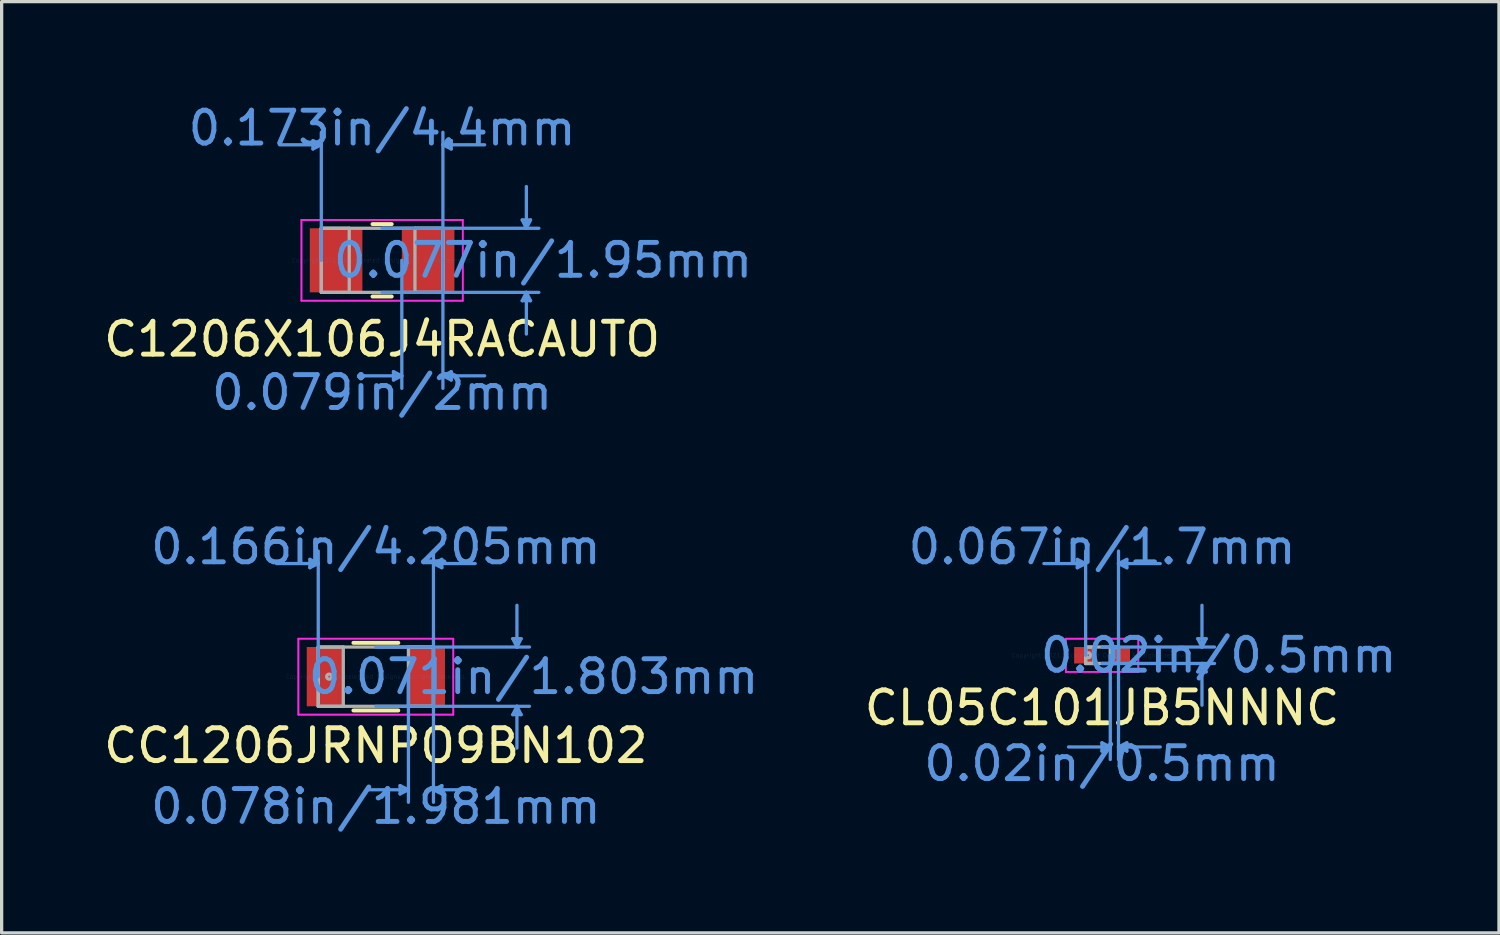
<source format=kicad_pcb>
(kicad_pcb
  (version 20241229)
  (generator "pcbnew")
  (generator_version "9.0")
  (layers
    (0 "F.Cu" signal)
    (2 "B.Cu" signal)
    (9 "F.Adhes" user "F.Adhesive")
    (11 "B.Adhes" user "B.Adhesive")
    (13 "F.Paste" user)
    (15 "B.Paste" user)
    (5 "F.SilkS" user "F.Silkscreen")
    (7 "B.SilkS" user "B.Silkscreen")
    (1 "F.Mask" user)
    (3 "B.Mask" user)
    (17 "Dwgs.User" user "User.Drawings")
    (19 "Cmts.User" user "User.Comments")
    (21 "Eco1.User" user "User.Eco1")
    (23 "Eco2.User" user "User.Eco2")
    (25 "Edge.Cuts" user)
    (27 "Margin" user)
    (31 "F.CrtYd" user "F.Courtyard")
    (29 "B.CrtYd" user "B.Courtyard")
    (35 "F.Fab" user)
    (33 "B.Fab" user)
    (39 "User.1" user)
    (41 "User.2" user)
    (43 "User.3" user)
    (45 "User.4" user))
  (footprint "CL05C101JB5NNNC"
    (layer "F.Cu")
    (at 30.485 16.889)
    (property "Reference" "CL05C101JB5NNNC" (at 0 1.6 0) (layer "F.SilkS") (effects (font (size 1 1) (thickness 0.15))))
    (attr through_hole)
    (fp_line (start -0.754 -2.917) (end -0.754 -2.663) (stroke (width 0.1) (type solid)) (layer "Cmts.User"))
    (fp_line (start -0.5 -2.79) (end -1.77 -2.79) (stroke (width 0.1) (type solid)) (layer "Cmts.User"))
    (fp_line (start -0.5 -2.79) (end -0.754 -2.917) (stroke (width 0.1) (type solid)) (layer "Cmts.User"))
    (fp_line (start -0.5 -2.79) (end -0.754 -2.663) (stroke (width 0.1) (type solid)) (layer "Cmts.User"))
    (fp_line (start -0.5 0) (end -0.5 -3.171) (stroke (width 0.1) (type solid)) (layer "Cmts.User"))
    (fp_line (start -0.004 2.663) (end -0.004 2.917) (stroke (width 0.1) (type solid)) (layer "Cmts.User"))
    (fp_line (start 0 -0.25) (end 3.421 -0.25) (stroke (width 0.1) (type solid)) (layer "Cmts.User"))
    (fp_line (start 0 0.25) (end 3.421 0.25) (stroke (width 0.1) (type solid)) (layer "Cmts.User"))
    (fp_line (start 0.25 0) (end 0.25 3.171) (stroke (width 0.1) (type solid)) (layer "Cmts.User"))
    (fp_line (start 0.25 2.79) (end -1.02 2.79) (stroke (width 0.1) (type solid)) (layer "Cmts.User"))
    (fp_line (start 0.25 2.79) (end -0.004 2.663) (stroke (width 0.1) (type solid)) (layer "Cmts.User"))
    (fp_line (start 0.25 2.79) (end -0.004 2.917) (stroke (width 0.1) (type solid)) (layer "Cmts.User"))
    (fp_line (start 0.5 -2.79) (end 0.754 -2.917) (stroke (width 0.1) (type solid)) (layer "Cmts.User"))
    (fp_line (start 0.5 -2.79) (end 0.754 -2.663) (stroke (width 0.1) (type solid)) (layer "Cmts.User"))
    (fp_line (start 0.5 -2.79) (end 1.77 -2.79) (stroke (width 0.1) (type solid)) (layer "Cmts.User"))
    (fp_line (start 0.5 0) (end 0.5 -3.171) (stroke (width 0.1) (type solid)) (layer "Cmts.User"))
    (fp_line (start 0.5 0) (end 0.5 3.171) (stroke (width 0.1) (type solid)) (layer "Cmts.User"))
    (fp_line (start 0.5 2.79) (end 0.754 2.663) (stroke (width 0.1) (type solid)) (layer "Cmts.User"))
    (fp_line (start 0.5 2.79) (end 0.754 2.917) (stroke (width 0.1) (type solid)) (layer "Cmts.User"))
    (fp_line (start 0.5 2.79) (end 1.77 2.79) (stroke (width 0.1) (type solid)) (layer "Cmts.User"))
    (fp_line (start 0.754 -2.917) (end 0.754 -2.663) (stroke (width 0.1) (type solid)) (layer "Cmts.User"))
    (fp_line (start 0.754 2.663) (end 0.754 2.917) (stroke (width 0.1) (type solid)) (layer "Cmts.User"))
    (fp_line (start 2.913 -0.504) (end 3.167 -0.504) (stroke (width 0.1) (type solid)) (layer "Cmts.User"))
    (fp_line (start 2.913 0.504) (end 3.167 0.504) (stroke (width 0.1) (type solid)) (layer "Cmts.User"))
    (fp_line (start 3.04 -0.25) (end 2.913 -0.504) (stroke (width 0.1) (type solid)) (layer "Cmts.User"))
    (fp_line (start 3.04 -0.25) (end 3.04 -1.52) (stroke (width 0.1) (type solid)) (layer "Cmts.User"))
    (fp_line (start 3.04 -0.25) (end 3.167 -0.504) (stroke (width 0.1) (type solid)) (layer "Cmts.User"))
    (fp_line (start 3.04 0.25) (end 2.913 0.504) (stroke (width 0.1) (type solid)) (layer "Cmts.User"))
    (fp_line (start 3.04 0.25) (end 3.04 1.52) (stroke (width 0.1) (type solid)) (layer "Cmts.User"))
    (fp_line (start 3.04 0.25) (end 3.167 0.504) (stroke (width 0.1) (type solid)) (layer "Cmts.User"))
    (fp_line (start -1.104 -0.504) (end 1.104 -0.504) (stroke (width 0.05) (type solid)) (layer "F.CrtYd"))
    (fp_line (start -1.104 -0.504) (end 1.104 -0.504) (stroke (width 0.05) (type solid)) (layer "F.CrtYd"))
    (fp_line (start -1.104 0.504) (end -1.104 -0.504) (stroke (width 0.05) (type solid)) (layer "F.CrtYd"))
    (fp_line (start -1.104 0.504) (end -1.104 -0.504) (stroke (width 0.05) (type solid)) (layer "F.CrtYd"))
    (fp_line (start 1.104 -0.504) (end 1.104 0.504) (stroke (width 0.05) (type solid)) (layer "F.CrtYd"))
    (fp_line (start 1.104 -0.504) (end 1.104 0.504) (stroke (width 0.05) (type solid)) (layer "F.CrtYd"))
    (fp_line (start 1.104 0.504) (end -1.104 0.504) (stroke (width 0.05) (type solid)) (layer "F.CrtYd"))
    (fp_line (start 1.104 0.504) (end -1.104 0.504) (stroke (width 0.05) (type solid)) (layer "F.CrtYd"))
    (fp_line (start -0.5 -0.25) (end -0.5 0.25) (stroke (width 0.1) (type solid)) (layer "F.Fab"))
    (fp_line (start -0.5 -0.25) (end -0.5 0.25) (stroke (width 0.1) (type solid)) (layer "F.Fab"))
    (fp_line (start -0.5 0.25) (end -0.25 0.25) (stroke (width 0.1) (type solid)) (layer "F.Fab"))
    (fp_line (start -0.5 0.25) (end 0.5 0.25) (stroke (width 0.1) (type solid)) (layer "F.Fab"))
    (fp_line (start -0.25 -0.25) (end -0.5 -0.25) (stroke (width 0.1) (type solid)) (layer "F.Fab"))
    (fp_line (start -0.25 0.25) (end -0.25 -0.25) (stroke (width 0.1) (type solid)) (layer "F.Fab"))
    (fp_line (start 0.25 -0.25) (end 0.25 0.25) (stroke (width 0.1) (type solid)) (layer "F.Fab"))
    (fp_line (start 0.25 0.25) (end 0.5 0.25) (stroke (width 0.1) (type solid)) (layer "F.Fab"))
    (fp_line (start 0.5 -0.25) (end -0.5 -0.25) (stroke (width 0.1) (type solid)) (layer "F.Fab"))
    (fp_line (start 0.5 -0.25) (end 0.25 -0.25) (stroke (width 0.1) (type solid)) (layer "F.Fab"))
    (fp_line (start 0.5 0.25) (end 0.5 -0.25) (stroke (width 0.1) (type solid)) (layer "F.Fab"))
    (fp_line (start 0.5 0.25) (end 0.5 -0.25) (stroke (width 0.1) (type solid)) (layer "F.Fab"))
    (fp_circle (center -0.423 0) (end -0.347 0) (stroke (width 0.1) (type solid)) (fill no) (layer "F.Fab"))
    (fp_text user "0.02in/0.5mm" (at 3.548 0 0) (layer "Cmts.User") (effects (font (size 1 1) (thickness 0.15))))
    (fp_text user "0.067in/1.7mm" (at 0 -3.298 0) (layer "Cmts.User") (effects (font (size 1 1) (thickness 0.15))))
    (fp_text user "0.02in/0.5mm" (at 0 3.298 0) (layer "Cmts.User") (effects (font (size 1 1) (thickness 0.15))))
    (fp_text user "Copyright 2021 Accelerated Designs. All rights reserved." (at 0 0 0) (layer "Cmts.User") (effects (font (size 0.127 0.127) (thickness 0.002))))
    (pad "1" smd rect (at -0.55 0) (size 0.6 0.5) (layers "F.Cu" "F.Mask" "F.Paste"))
    (pad "2" smd rect (at 0.55 0) (size 0.6 0.5) (layers "F.Cu" "F.Mask" "F.Paste")))
  (footprint "CC1206JRNPO9BN102"
    (layer "F.Cu")
    (at 8.387 17.54)
    (property "Reference" "CC1206JRNPO9BN102" (at 0 2.1 0) (layer "F.SilkS") (effects (font (size 1 1) (thickness 0.15))))
    (attr through_hole)
    (fp_line (start -0.683 1.029) (end 0.683 1.029) (stroke (width 0.12) (type solid)) (layer "F.SilkS"))
    (fp_line (start 0.683 -1.029) (end -0.683 -1.029) (stroke (width 0.12) (type solid)) (layer "F.SilkS"))
    (fp_line (start -2.007 -3.569) (end -2.007 -3.315) (stroke (width 0.1) (type solid)) (layer "Cmts.User"))
    (fp_line (start -1.753 -3.442) (end -3.023 -3.442) (stroke (width 0.1) (type solid)) (layer "Cmts.User"))
    (fp_line (start -1.753 -3.442) (end -2.007 -3.569) (stroke (width 0.1) (type solid)) (layer "Cmts.User"))
    (fp_line (start -1.753 -3.442) (end -2.007 -3.315) (stroke (width 0.1) (type solid)) (layer "Cmts.User"))
    (fp_line (start -1.753 0) (end -1.753 -3.823) (stroke (width 0.1) (type solid)) (layer "Cmts.User"))
    (fp_line (start 0 -0.902) (end 4.674 -0.902) (stroke (width 0.1) (type solid)) (layer "Cmts.User"))
    (fp_line (start 0 0.902) (end 4.674 0.902) (stroke (width 0.1) (type solid)) (layer "Cmts.User"))
    (fp_line (start 0.737 3.315) (end 0.737 3.569) (stroke (width 0.1) (type solid)) (layer "Cmts.User"))
    (fp_line (start 0.991 0) (end 0.991 3.823) (stroke (width 0.1) (type solid)) (layer "Cmts.User"))
    (fp_line (start 0.991 3.442) (end -0.279 3.442) (stroke (width 0.1) (type solid)) (layer "Cmts.User"))
    (fp_line (start 0.991 3.442) (end 0.737 3.315) (stroke (width 0.1) (type solid)) (layer "Cmts.User"))
    (fp_line (start 0.991 3.442) (end 0.737 3.569) (stroke (width 0.1) (type solid)) (layer "Cmts.User"))
    (fp_line (start 1.753 -3.442) (end 2.007 -3.569) (stroke (width 0.1) (type solid)) (layer "Cmts.User"))
    (fp_line (start 1.753 -3.442) (end 2.007 -3.315) (stroke (width 0.1) (type solid)) (layer "Cmts.User"))
    (fp_line (start 1.753 -3.442) (end 3.023 -3.442) (stroke (width 0.1) (type solid)) (layer "Cmts.User"))
    (fp_line (start 1.753 0) (end 1.753 -3.823) (stroke (width 0.1) (type solid)) (layer "Cmts.User"))
    (fp_line (start 1.753 0) (end 1.753 3.823) (stroke (width 0.1) (type solid)) (layer "Cmts.User"))
    (fp_line (start 1.753 3.442) (end 2.007 3.315) (stroke (width 0.1) (type solid)) (layer "Cmts.User"))
    (fp_line (start 1.753 3.442) (end 2.007 3.569) (stroke (width 0.1) (type solid)) (layer "Cmts.User"))
    (fp_line (start 1.753 3.442) (end 3.023 3.442) (stroke (width 0.1) (type solid)) (layer "Cmts.User"))
    (fp_line (start 2.007 -3.569) (end 2.007 -3.315) (stroke (width 0.1) (type solid)) (layer "Cmts.User"))
    (fp_line (start 2.007 3.315) (end 2.007 3.569) (stroke (width 0.1) (type solid)) (layer "Cmts.User"))
    (fp_line (start 4.166 -1.156) (end 4.42 -1.156) (stroke (width 0.1) (type solid)) (layer "Cmts.User"))
    (fp_line (start 4.166 1.156) (end 4.42 1.156) (stroke (width 0.1) (type solid)) (layer "Cmts.User"))
    (fp_line (start 4.293 -0.902) (end 4.166 -1.156) (stroke (width 0.1) (type solid)) (layer "Cmts.User"))
    (fp_line (start 4.293 -0.902) (end 4.293 -2.172) (stroke (width 0.1) (type solid)) (layer "Cmts.User"))
    (fp_line (start 4.293 -0.902) (end 4.42 -1.156) (stroke (width 0.1) (type solid)) (layer "Cmts.User"))
    (fp_line (start 4.293 0.902) (end 4.166 1.156) (stroke (width 0.1) (type solid)) (layer "Cmts.User"))
    (fp_line (start 4.293 0.902) (end 4.293 2.172) (stroke (width 0.1) (type solid)) (layer "Cmts.User"))
    (fp_line (start 4.293 0.902) (end 4.42 1.156) (stroke (width 0.1) (type solid)) (layer "Cmts.User"))
    (fp_line (start -2.357 -1.156) (end 2.357 -1.156) (stroke (width 0.05) (type solid)) (layer "F.CrtYd"))
    (fp_line (start -2.357 -1.156) (end 2.357 -1.156) (stroke (width 0.05) (type solid)) (layer "F.CrtYd"))
    (fp_line (start -2.357 1.156) (end -2.357 -1.156) (stroke (width 0.05) (type solid)) (layer "F.CrtYd"))
    (fp_line (start -2.357 1.156) (end -2.357 -1.156) (stroke (width 0.05) (type solid)) (layer "F.CrtYd"))
    (fp_line (start 2.357 -1.156) (end 2.357 1.156) (stroke (width 0.05) (type solid)) (layer "F.CrtYd"))
    (fp_line (start 2.357 -1.156) (end 2.357 1.156) (stroke (width 0.05) (type solid)) (layer "F.CrtYd"))
    (fp_line (start 2.357 1.156) (end -2.357 1.156) (stroke (width 0.05) (type solid)) (layer "F.CrtYd"))
    (fp_line (start 2.357 1.156) (end -2.357 1.156) (stroke (width 0.05) (type solid)) (layer "F.CrtYd"))
    (fp_line (start -1.753 -0.902) (end -1.753 0.902) (stroke (width 0.1) (type solid)) (layer "F.Fab"))
    (fp_line (start -1.753 -0.902) (end -1.753 0.902) (stroke (width 0.1) (type solid)) (layer "F.Fab"))
    (fp_line (start -1.753 0.902) (end -0.991 0.902) (stroke (width 0.1) (type solid)) (layer "F.Fab"))
    (fp_line (start -1.753 0.902) (end 1.753 0.902) (stroke (width 0.1) (type solid)) (layer "F.Fab"))
    (fp_line (start -0.991 -0.902) (end -1.753 -0.902) (stroke (width 0.1) (type solid)) (layer "F.Fab"))
    (fp_line (start -0.991 0.902) (end -0.991 -0.902) (stroke (width 0.1) (type solid)) (layer "F.Fab"))
    (fp_line (start 0.991 -0.902) (end 0.991 0.902) (stroke (width 0.1) (type solid)) (layer "F.Fab"))
    (fp_line (start 0.991 0.902) (end 1.753 0.902) (stroke (width 0.1) (type solid)) (layer "F.Fab"))
    (fp_line (start 1.753 -0.902) (end -1.753 -0.902) (stroke (width 0.1) (type solid)) (layer "F.Fab"))
    (fp_line (start 1.753 -0.902) (end 0.991 -0.902) (stroke (width 0.1) (type solid)) (layer "F.Fab"))
    (fp_line (start 1.753 0.902) (end 1.753 -0.902) (stroke (width 0.1) (type solid)) (layer "F.Fab"))
    (fp_line (start 1.753 0.902) (end 1.753 -0.902) (stroke (width 0.1) (type solid)) (layer "F.Fab"))
    (fp_circle (center -1.42 0) (end -1.343 0) (stroke (width 0.1) (type solid)) (fill no) (layer "F.Fab"))
    (fp_text user "0.078in/1.981mm" (at 0 3.95 0) (layer "Cmts.User") (effects (font (size 1 1) (thickness 0.15))))
    (fp_text user "0.071in/1.803mm" (at 4.801 0 0) (layer "Cmts.User") (effects (font (size 1 1) (thickness 0.15))))
    (fp_text user "0.166in/4.205mm" (at 0 -3.95 0) (layer "Cmts.User") (effects (font (size 1 1) (thickness 0.15))))
    (fp_text user "Copyright 2021 Accelerated Designs. All rights reserved." (at 0 0 0) (layer "Cmts.User") (effects (font (size 0.127 0.127) (thickness 0.002))))
    (pad "1" smd rect (at -1.547 0) (size 1.112 1.803) (layers "F.Cu" "F.Mask" "F.Paste"))
    (pad "2" smd rect (at 1.547 0) (size 1.112 1.803) (layers "F.Cu" "F.Mask" "F.Paste")))
  (footprint "C1206X106J4RACAUTO"
    (layer "F.Cu")
    (at 8.577 4.871)
    (property "Reference" "C1206X106J4RACAUTO" (at 0 2.4 0) (layer "F.SilkS") (effects (font (size 1 1) (thickness 0.15))))
    (attr through_hole)
    (fp_line (start -0.292 1.102) (end 0.292 1.102) (stroke (width 0.12) (type solid)) (layer "F.SilkS"))
    (fp_line (start 0.292 -1.102) (end -0.292 -1.102) (stroke (width 0.12) (type solid)) (layer "F.SilkS"))
    (fp_line (start -2.104 -3.642) (end -2.104 -3.388) (stroke (width 0.1) (type solid)) (layer "Cmts.User"))
    (fp_line (start -1.85 -3.515) (end -3.12 -3.515) (stroke (width 0.1) (type solid)) (layer "Cmts.User"))
    (fp_line (start -1.85 -3.515) (end -2.104 -3.642) (stroke (width 0.1) (type solid)) (layer "Cmts.User"))
    (fp_line (start -1.85 -3.515) (end -2.104 -3.388) (stroke (width 0.1) (type solid)) (layer "Cmts.User"))
    (fp_line (start -1.85 0) (end -1.85 -3.896) (stroke (width 0.1) (type solid)) (layer "Cmts.User"))
    (fp_line (start 0 -0.975) (end 4.771 -0.975) (stroke (width 0.1) (type solid)) (layer "Cmts.User"))
    (fp_line (start 0 0.975) (end 4.771 0.975) (stroke (width 0.1) (type solid)) (layer "Cmts.User"))
    (fp_line (start 0.346 3.388) (end 0.346 3.642) (stroke (width 0.1) (type solid)) (layer "Cmts.User"))
    (fp_line (start 0.6 0) (end 0.6 3.896) (stroke (width 0.1) (type solid)) (layer "Cmts.User"))
    (fp_line (start 0.6 3.515) (end -0.67 3.515) (stroke (width 0.1) (type solid)) (layer "Cmts.User"))
    (fp_line (start 0.6 3.515) (end 0.346 3.388) (stroke (width 0.1) (type solid)) (layer "Cmts.User"))
    (fp_line (start 0.6 3.515) (end 0.346 3.642) (stroke (width 0.1) (type solid)) (layer "Cmts.User"))
    (fp_line (start 1.85 -3.515) (end 2.104 -3.642) (stroke (width 0.1) (type solid)) (layer "Cmts.User"))
    (fp_line (start 1.85 -3.515) (end 2.104 -3.388) (stroke (width 0.1) (type solid)) (layer "Cmts.User"))
    (fp_line (start 1.85 -3.515) (end 3.12 -3.515) (stroke (width 0.1) (type solid)) (layer "Cmts.User"))
    (fp_line (start 1.85 0) (end 1.85 -3.896) (stroke (width 0.1) (type solid)) (layer "Cmts.User"))
    (fp_line (start 1.85 0) (end 1.85 3.896) (stroke (width 0.1) (type solid)) (layer "Cmts.User"))
    (fp_line (start 1.85 3.515) (end 2.104 3.388) (stroke (width 0.1) (type solid)) (layer "Cmts.User"))
    (fp_line (start 1.85 3.515) (end 2.104 3.642) (stroke (width 0.1) (type solid)) (layer "Cmts.User"))
    (fp_line (start 1.85 3.515) (end 3.12 3.515) (stroke (width 0.1) (type solid)) (layer "Cmts.User"))
    (fp_line (start 2.104 -3.642) (end 2.104 -3.388) (stroke (width 0.1) (type solid)) (layer "Cmts.User"))
    (fp_line (start 2.104 3.388) (end 2.104 3.642) (stroke (width 0.1) (type solid)) (layer "Cmts.User"))
    (fp_line (start 4.263 -1.229) (end 4.517 -1.229) (stroke (width 0.1) (type solid)) (layer "Cmts.User"))
    (fp_line (start 4.263 1.229) (end 4.517 1.229) (stroke (width 0.1) (type solid)) (layer "Cmts.User"))
    (fp_line (start 4.39 -0.975) (end 4.263 -1.229) (stroke (width 0.1) (type solid)) (layer "Cmts.User"))
    (fp_line (start 4.39 -0.975) (end 4.39 -2.245) (stroke (width 0.1) (type solid)) (layer "Cmts.User"))
    (fp_line (start 4.39 -0.975) (end 4.517 -1.229) (stroke (width 0.1) (type solid)) (layer "Cmts.User"))
    (fp_line (start 4.39 0.975) (end 4.263 1.229) (stroke (width 0.1) (type solid)) (layer "Cmts.User"))
    (fp_line (start 4.39 0.975) (end 4.39 2.245) (stroke (width 0.1) (type solid)) (layer "Cmts.User"))
    (fp_line (start 4.39 0.975) (end 4.517 1.229) (stroke (width 0.1) (type solid)) (layer "Cmts.User"))
    (fp_line (start -2.454 -1.229) (end 2.454 -1.229) (stroke (width 0.05) (type solid)) (layer "F.CrtYd"))
    (fp_line (start -2.454 -1.229) (end 2.454 -1.229) (stroke (width 0.05) (type solid)) (layer "F.CrtYd"))
    (fp_line (start -2.454 1.229) (end -2.454 -1.229) (stroke (width 0.05) (type solid)) (layer "F.CrtYd"))
    (fp_line (start -2.454 1.229) (end -2.454 -1.229) (stroke (width 0.05) (type solid)) (layer "F.CrtYd"))
    (fp_line (start 2.454 -1.229) (end 2.454 1.229) (stroke (width 0.05) (type solid)) (layer "F.CrtYd"))
    (fp_line (start 2.454 -1.229) (end 2.454 1.229) (stroke (width 0.05) (type solid)) (layer "F.CrtYd"))
    (fp_line (start 2.454 1.229) (end -2.454 1.229) (stroke (width 0.05) (type solid)) (layer "F.CrtYd"))
    (fp_line (start 2.454 1.229) (end -2.454 1.229) (stroke (width 0.05) (type solid)) (layer "F.CrtYd"))
    (fp_line (start -1.85 -0.975) (end -1.85 0.975) (stroke (width 0.1) (type solid)) (layer "F.Fab"))
    (fp_line (start -1.85 -0.975) (end -1.85 0.975) (stroke (width 0.1) (type solid)) (layer "F.Fab"))
    (fp_line (start -1.85 0.975) (end -1 0.975) (stroke (width 0.1) (type solid)) (layer "F.Fab"))
    (fp_line (start -1.85 0.975) (end 1.85 0.975) (stroke (width 0.1) (type solid)) (layer "F.Fab"))
    (fp_line (start -1 -0.975) (end -1.85 -0.975) (stroke (width 0.1) (type solid)) (layer "F.Fab"))
    (fp_line (start -1 0.975) (end -1 -0.975) (stroke (width 0.1) (type solid)) (layer "F.Fab"))
    (fp_line (start 1 -0.975) (end 1 0.975) (stroke (width 0.1) (type solid)) (layer "F.Fab"))
    (fp_line (start 1 0.975) (end 1.85 0.975) (stroke (width 0.1) (type solid)) (layer "F.Fab"))
    (fp_line (start 1.85 -0.975) (end -1.85 -0.975) (stroke (width 0.1) (type solid)) (layer "F.Fab"))
    (fp_line (start 1.85 -0.975) (end 1 -0.975) (stroke (width 0.1) (type solid)) (layer "F.Fab"))
    (fp_line (start 1.85 0.975) (end 1.85 -0.975) (stroke (width 0.1) (type solid)) (layer "F.Fab"))
    (fp_line (start 1.85 0.975) (end 1.85 -0.975) (stroke (width 0.1) (type solid)) (layer "F.Fab"))
    (fp_text user "0.077in/1.95mm" (at 4.898 0 0) (layer "Cmts.User") (effects (font (size 1 1) (thickness 0.15))))
    (fp_text user "Copyright 2021 Accelerated Designs. All rights reserved." (at 0 0 0) (layer "Cmts.User") (effects (font (size 0.127 0.127) (thickness 0.002))))
    (fp_text user "0.173in/4.4mm" (at 0 -4.023 0) (layer "Cmts.User") (effects (font (size 1 1) (thickness 0.15))))
    (fp_text user "0.079in/2mm" (at 0 4.023 0) (layer "Cmts.User") (effects (font (size 1 1) (thickness 0.15))))
    (pad "1" smd rect (at -1.4 0) (size 1.6 1.95) (layers "F.Cu" "F.Mask" "F.Paste"))
    (pad "2" smd rect (at 1.4 0) (size 1.6 1.95) (layers "F.Cu" "F.Mask" "F.Paste")))
  (gr_rect
    (start -3 -3)
    (end 42.563 25.338)
    (stroke (width 0.1) (type default))
    (fill no)
    (layer "Edge.Cuts")))
</source>
